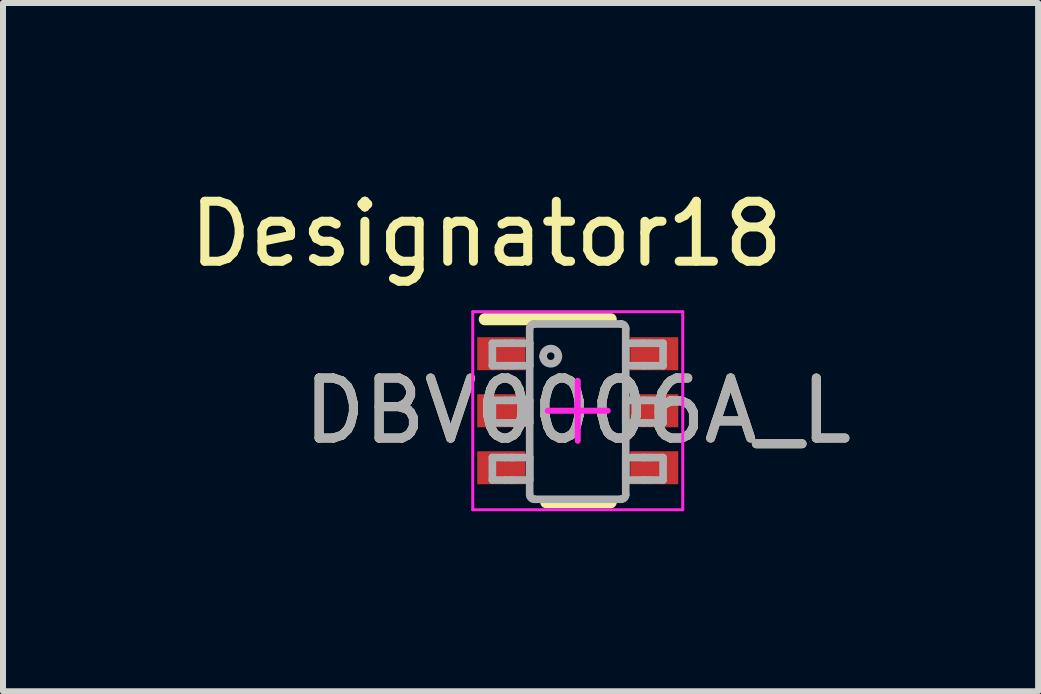
<source format=kicad_pcb>
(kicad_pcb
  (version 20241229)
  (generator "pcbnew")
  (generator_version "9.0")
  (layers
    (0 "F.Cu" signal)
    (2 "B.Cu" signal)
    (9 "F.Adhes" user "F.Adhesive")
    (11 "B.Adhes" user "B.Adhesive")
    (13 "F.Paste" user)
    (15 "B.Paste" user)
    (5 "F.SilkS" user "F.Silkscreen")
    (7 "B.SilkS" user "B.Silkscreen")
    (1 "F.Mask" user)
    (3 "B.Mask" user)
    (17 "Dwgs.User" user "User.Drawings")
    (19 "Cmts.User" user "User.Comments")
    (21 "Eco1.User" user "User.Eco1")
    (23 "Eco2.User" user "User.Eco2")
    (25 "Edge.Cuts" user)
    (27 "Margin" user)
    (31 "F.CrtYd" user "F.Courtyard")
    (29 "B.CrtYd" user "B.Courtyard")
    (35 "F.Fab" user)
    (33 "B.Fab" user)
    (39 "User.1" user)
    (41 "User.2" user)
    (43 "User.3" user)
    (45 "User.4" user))
  (footprint "DBV0006A_L"
    (layer "F.Cu")
    (at 6.578 3.795)
    (property "Reference" "DBV0006A_L" (at 0 0 0) (unlocked yes) (layer "F.SilkS") (effects (font (size 1 1) (thickness 0.15))))
    (attr smd)
    (fp_line (start -1.55 -1.525) (end 0.55 -1.525) (stroke (width 0.2) (type solid)) (layer "F.SilkS"))
    (fp_line (start -0.525 1.525) (end 0.55 1.525) (stroke (width 0.2) (type solid)) (layer "F.SilkS"))
    (fp_line (start -1.75 -1.65) (end 1.75 -1.65) (stroke (width 0.05) (type solid)) (layer "F.CrtYd"))
    (fp_line (start -1.75 1.65) (end -1.75 -1.65) (stroke (width 0.05) (type solid)) (layer "F.CrtYd"))
    (fp_line (start -1.75 1.65) (end 1.75 1.65) (stroke (width 0.05) (type solid)) (layer "F.CrtYd"))
    (fp_line (start -0.5 0) (end 0.5 0) (stroke (width 0.1) (type solid)) (layer "F.CrtYd"))
    (fp_line (start 0 0.5) (end 0 -0.5) (stroke (width 0.1) (type solid)) (layer "F.CrtYd"))
    (fp_line (start 1.75 1.65) (end 1.75 -1.65) (stroke (width 0.05) (type solid)) (layer "F.CrtYd"))
    (fp_line (start -1.423 -1.125) (end -1.206 -1.125) (stroke (width 0.127) (type solid)) (layer "F.Fab"))
    (fp_line (start -1.423 -0.751) (end -1.423 -1.125) (stroke (width 0.127) (type solid)) (layer "F.Fab"))
    (fp_line (start -1.423 -0.751) (end -1.206 -0.751) (stroke (width 0.127) (type solid)) (layer "F.Fab"))
    (fp_line (start -1.423 -0.173) (end -1.206 -0.173) (stroke (width 0.127) (type solid)) (layer "F.Fab"))
    (fp_line (start -1.423 0.202) (end -1.423 -0.173) (stroke (width 0.127) (type solid)) (layer "F.Fab"))
    (fp_line (start -1.423 0.202) (end -1.206 0.202) (stroke (width 0.127) (type solid)) (layer "F.Fab"))
    (fp_line (start -1.423 0.78) (end -1.206 0.78) (stroke (width 0.127) (type solid)) (layer "F.Fab"))
    (fp_line (start -1.423 1.154) (end -1.423 0.78) (stroke (width 0.127) (type solid)) (layer "F.Fab"))
    (fp_line (start -1.423 1.154) (end -1.206 1.154) (stroke (width 0.127) (type solid)) (layer "F.Fab"))
    (fp_line (start -1.206 -1.125) (end -1.113 -1.125) (stroke (width 0.127) (type solid)) (layer "F.Fab"))
    (fp_line (start -1.206 -0.751) (end -1.113 -0.751) (stroke (width 0.127) (type solid)) (layer "F.Fab"))
    (fp_line (start -1.206 -0.173) (end -1.113 -0.173) (stroke (width 0.127) (type solid)) (layer "F.Fab"))
    (fp_line (start -1.206 0.202) (end -1.113 0.202) (stroke (width 0.127) (type solid)) (layer "F.Fab"))
    (fp_line (start -1.206 0.78) (end -1.113 0.78) (stroke (width 0.127) (type solid)) (layer "F.Fab"))
    (fp_line (start -1.206 1.154) (end -1.113 1.154) (stroke (width 0.127) (type solid)) (layer "F.Fab"))
    (fp_line (start -1.113 -1.125) (end -1.081 -1.125) (stroke (width 0.127) (type solid)) (layer "F.Fab"))
    (fp_line (start -1.113 -0.751) (end -1.081 -0.751) (stroke (width 0.127) (type solid)) (layer "F.Fab"))
    (fp_line (start -1.113 -0.173) (end -1.081 -0.173) (stroke (width 0.127) (type solid)) (layer "F.Fab"))
    (fp_line (start -1.113 0.202) (end -1.081 0.202) (stroke (width 0.127) (type solid)) (layer "F.Fab"))
    (fp_line (start -1.113 0.78) (end -1.081 0.78) (stroke (width 0.127) (type solid)) (layer "F.Fab"))
    (fp_line (start -1.113 1.154) (end -1.081 1.154) (stroke (width 0.127) (type solid)) (layer "F.Fab"))
    (fp_line (start -1.081 -1.125) (end -0.828 -1.125) (stroke (width 0.127) (type solid)) (layer "F.Fab"))
    (fp_line (start -1.081 -0.751) (end -0.828 -0.751) (stroke (width 0.127) (type solid)) (layer "F.Fab"))
    (fp_line (start -1.081 -0.173) (end -0.828 -0.173) (stroke (width 0.127) (type solid)) (layer "F.Fab"))
    (fp_line (start -1.081 0.202) (end -0.828 0.202) (stroke (width 0.127) (type solid)) (layer "F.Fab"))
    (fp_line (start -1.081 0.78) (end -0.828 0.78) (stroke (width 0.127) (type solid)) (layer "F.Fab"))
    (fp_line (start -1.081 1.154) (end -0.828 1.154) (stroke (width 0.127) (type solid)) (layer "F.Fab"))
    (fp_line (start -0.828 -1.125) (end -0.801 -1.125) (stroke (width 0.127) (type solid)) (layer "F.Fab"))
    (fp_line (start -0.828 -0.751) (end -0.801 -0.751) (stroke (width 0.127) (type solid)) (layer "F.Fab"))
    (fp_line (start -0.828 -0.173) (end -0.801 -0.173) (stroke (width 0.127) (type solid)) (layer "F.Fab"))
    (fp_line (start -0.828 0.202) (end -0.801 0.202) (stroke (width 0.127) (type solid)) (layer "F.Fab"))
    (fp_line (start -0.828 0.78) (end -0.801 0.78) (stroke (width 0.127) (type solid)) (layer "F.Fab"))
    (fp_line (start -0.828 1.154) (end -0.801 1.154) (stroke (width 0.127) (type solid)) (layer "F.Fab"))
    (fp_line (start -0.801 -0.751) (end -0.801 -1.125) (stroke (width 0.127) (type solid)) (layer "F.Fab"))
    (fp_line (start -0.801 0.202) (end -0.801 -0.173) (stroke (width 0.127) (type solid)) (layer "F.Fab"))
    (fp_line (start -0.801 1.154) (end -0.801 0.78) (stroke (width 0.127) (type solid)) (layer "F.Fab"))
    (fp_line (start -0.801 1.399) (end -0.801 -1.37) (stroke (width 0.127) (type solid)) (layer "F.Fab"))
    (fp_line (start -0.725 -1.446) (end -0.724 -1.446) (stroke (width 0.127) (type solid)) (layer "F.Fab"))
    (fp_line (start -0.725 1.475) (end -0.724 1.475) (stroke (width 0.127) (type solid)) (layer "F.Fab"))
    (fp_line (start -0.724 -1.446) (end 0.723 -1.446) (stroke (width 0.127) (type solid)) (layer "F.Fab"))
    (fp_line (start -0.724 1.475) (end 0.723 1.475) (stroke (width 0.127) (type solid)) (layer "F.Fab"))
    (fp_line (start 0.723 -1.446) (end 0.724 -1.446) (stroke (width 0.127) (type solid)) (layer "F.Fab"))
    (fp_line (start 0.723 1.475) (end 0.724 1.475) (stroke (width 0.127) (type solid)) (layer "F.Fab"))
    (fp_line (start 0.8 -1.125) (end 0.827 -1.125) (stroke (width 0.127) (type solid)) (layer "F.Fab"))
    (fp_line (start 0.8 -0.751) (end 0.8 -1.125) (stroke (width 0.127) (type solid)) (layer "F.Fab"))
    (fp_line (start 0.8 -0.751) (end 0.827 -0.751) (stroke (width 0.127) (type solid)) (layer "F.Fab"))
    (fp_line (start 0.8 -0.173) (end 0.827 -0.173) (stroke (width 0.127) (type solid)) (layer "F.Fab"))
    (fp_line (start 0.8 0.202) (end 0.8 -0.173) (stroke (width 0.127) (type solid)) (layer "F.Fab"))
    (fp_line (start 0.8 0.202) (end 0.827 0.202) (stroke (width 0.127) (type solid)) (layer "F.Fab"))
    (fp_line (start 0.8 0.78) (end 0.827 0.78) (stroke (width 0.127) (type solid)) (layer "F.Fab"))
    (fp_line (start 0.8 1.154) (end 0.8 0.78) (stroke (width 0.127) (type solid)) (layer "F.Fab"))
    (fp_line (start 0.8 1.154) (end 0.827 1.154) (stroke (width 0.127) (type solid)) (layer "F.Fab"))
    (fp_line (start 0.8 1.399) (end 0.8 -1.37) (stroke (width 0.127) (type solid)) (layer "F.Fab"))
    (fp_line (start 0.827 -1.125) (end 1.08 -1.125) (stroke (width 0.127) (type solid)) (layer "F.Fab"))
    (fp_line (start 0.827 -0.751) (end 1.08 -0.751) (stroke (width 0.127) (type solid)) (layer "F.Fab"))
    (fp_line (start 0.827 -0.173) (end 1.08 -0.173) (stroke (width 0.127) (type solid)) (layer "F.Fab"))
    (fp_line (start 0.827 0.202) (end 1.08 0.202) (stroke (width 0.127) (type solid)) (layer "F.Fab"))
    (fp_line (start 0.827 0.78) (end 1.08 0.78) (stroke (width 0.127) (type solid)) (layer "F.Fab"))
    (fp_line (start 0.827 1.154) (end 1.08 1.154) (stroke (width 0.127) (type solid)) (layer "F.Fab"))
    (fp_line (start 1.08 -1.125) (end 1.112 -1.125) (stroke (width 0.127) (type solid)) (layer "F.Fab"))
    (fp_line (start 1.08 -0.751) (end 1.112 -0.751) (stroke (width 0.127) (type solid)) (layer "F.Fab"))
    (fp_line (start 1.08 -0.173) (end 1.112 -0.173) (stroke (width 0.127) (type solid)) (layer "F.Fab"))
    (fp_line (start 1.08 0.202) (end 1.112 0.202) (stroke (width 0.127) (type solid)) (layer "F.Fab"))
    (fp_line (start 1.08 0.78) (end 1.112 0.78) (stroke (width 0.127) (type solid)) (layer "F.Fab"))
    (fp_line (start 1.08 1.154) (end 1.112 1.154) (stroke (width 0.127) (type solid)) (layer "F.Fab"))
    (fp_line (start 1.112 -1.125) (end 1.205 -1.125) (stroke (width 0.127) (type solid)) (layer "F.Fab"))
    (fp_line (start 1.112 -0.751) (end 1.205 -0.751) (stroke (width 0.127) (type solid)) (layer "F.Fab"))
    (fp_line (start 1.112 -0.173) (end 1.205 -0.173) (stroke (width 0.127) (type solid)) (layer "F.Fab"))
    (fp_line (start 1.112 0.202) (end 1.205 0.202) (stroke (width 0.127) (type solid)) (layer "F.Fab"))
    (fp_line (start 1.112 0.78) (end 1.205 0.78) (stroke (width 0.127) (type solid)) (layer "F.Fab"))
    (fp_line (start 1.112 1.154) (end 1.205 1.154) (stroke (width 0.127) (type solid)) (layer "F.Fab"))
    (fp_line (start 1.205 -1.125) (end 1.422 -1.125) (stroke (width 0.127) (type solid)) (layer "F.Fab"))
    (fp_line (start 1.205 -0.751) (end 1.422 -0.751) (stroke (width 0.127) (type solid)) (layer "F.Fab"))
    (fp_line (start 1.205 -0.173) (end 1.422 -0.173) (stroke (width 0.127) (type solid)) (layer "F.Fab"))
    (fp_line (start 1.205 0.202) (end 1.422 0.202) (stroke (width 0.127) (type solid)) (layer "F.Fab"))
    (fp_line (start 1.205 0.78) (end 1.422 0.78) (stroke (width 0.127) (type solid)) (layer "F.Fab"))
    (fp_line (start 1.205 1.154) (end 1.422 1.154) (stroke (width 0.127) (type solid)) (layer "F.Fab"))
    (fp_line (start 1.422 -0.751) (end 1.422 -1.125) (stroke (width 0.127) (type solid)) (layer "F.Fab"))
    (fp_line (start 1.422 0.202) (end 1.422 -0.173) (stroke (width 0.127) (type solid)) (layer "F.Fab"))
    (fp_line (start 1.422 1.154) (end 1.422 0.78) (stroke (width 0.127) (type solid)) (layer "F.Fab"))
    (fp_arc (start -0.800692 -1.369901) (mid -0.778512 -1.423533) (end -0.724999 -1.446) (stroke (width 0.127) (type solid)) (layer "F.Fab"))
    (fp_arc (start -0.724999 1.475002) (mid -0.778507 1.452548) (end -0.800692 1.398928) (stroke (width 0.127) (type solid)) (layer "F.Fab"))
    (fp_arc (start -0.576537 -0.906071) (mid -0.449562 -1.033046) (end -0.322588 -0.906071) (stroke (width 0.127) (type solid)) (layer "F.Fab"))
    (fp_arc (start -0.322588 -0.906071) (mid -0.449562 -0.779097) (end -0.576537 -0.906071) (stroke (width 0.127) (type solid)) (layer "F.Fab"))
    (fp_arc (start 0.723841 -1.446) (mid 0.777341 -1.423528) (end 0.799508 -1.369901) (stroke (width 0.127) (type solid)) (layer "F.Fab"))
    (fp_arc (start 0.799508 1.398928) (mid 0.777336 1.452543) (end 0.723841 1.475002) (stroke (width 0.127) (type solid)) (layer "F.Fab"))
    (fp_text user "Designator18" (at -1.524 -2.946 0) (unlocked yes) (layer "F.SilkS") (effects (font (size 1 1) (thickness 0.15))))
    (fp_text user "${REFERENCE}" (at 0 0 0) (unlocked yes) (layer "F.Fab") (effects (font (size 1 1) (thickness 0.15))))
    (pad "1" smd rect (at -1.275 -0.95 90) (size 0.55 0.8) (layers "F.Cu" "F.Mask" "F.Paste"))
    (pad "2" smd rect (at -1.275 0 90) (size 0.55 0.8) (layers "F.Cu" "F.Mask" "F.Paste"))
    (pad "3" smd rect (at -1.275 0.95 90) (size 0.55 0.8) (layers "F.Cu" "F.Mask" "F.Paste"))
    (pad "4" smd rect (at 1.275 0.95 90) (size 0.55 0.8) (layers "F.Cu" "F.Mask" "F.Paste"))
    (pad "5" smd rect (at 1.275 0 90) (size 0.55 0.8) (layers "F.Cu" "F.Mask" "F.Paste"))
    (pad "6" smd rect (at 1.275 -0.95 90) (size 0.55 0.8) (layers "F.Cu" "F.Mask" "F.Paste")))
  (gr_rect
    (start -3 -3)
    (end 14.25 8.47)
    (stroke (width 0.1) (type default))
    (fill no)
    (layer "Edge.Cuts")))
</source>
